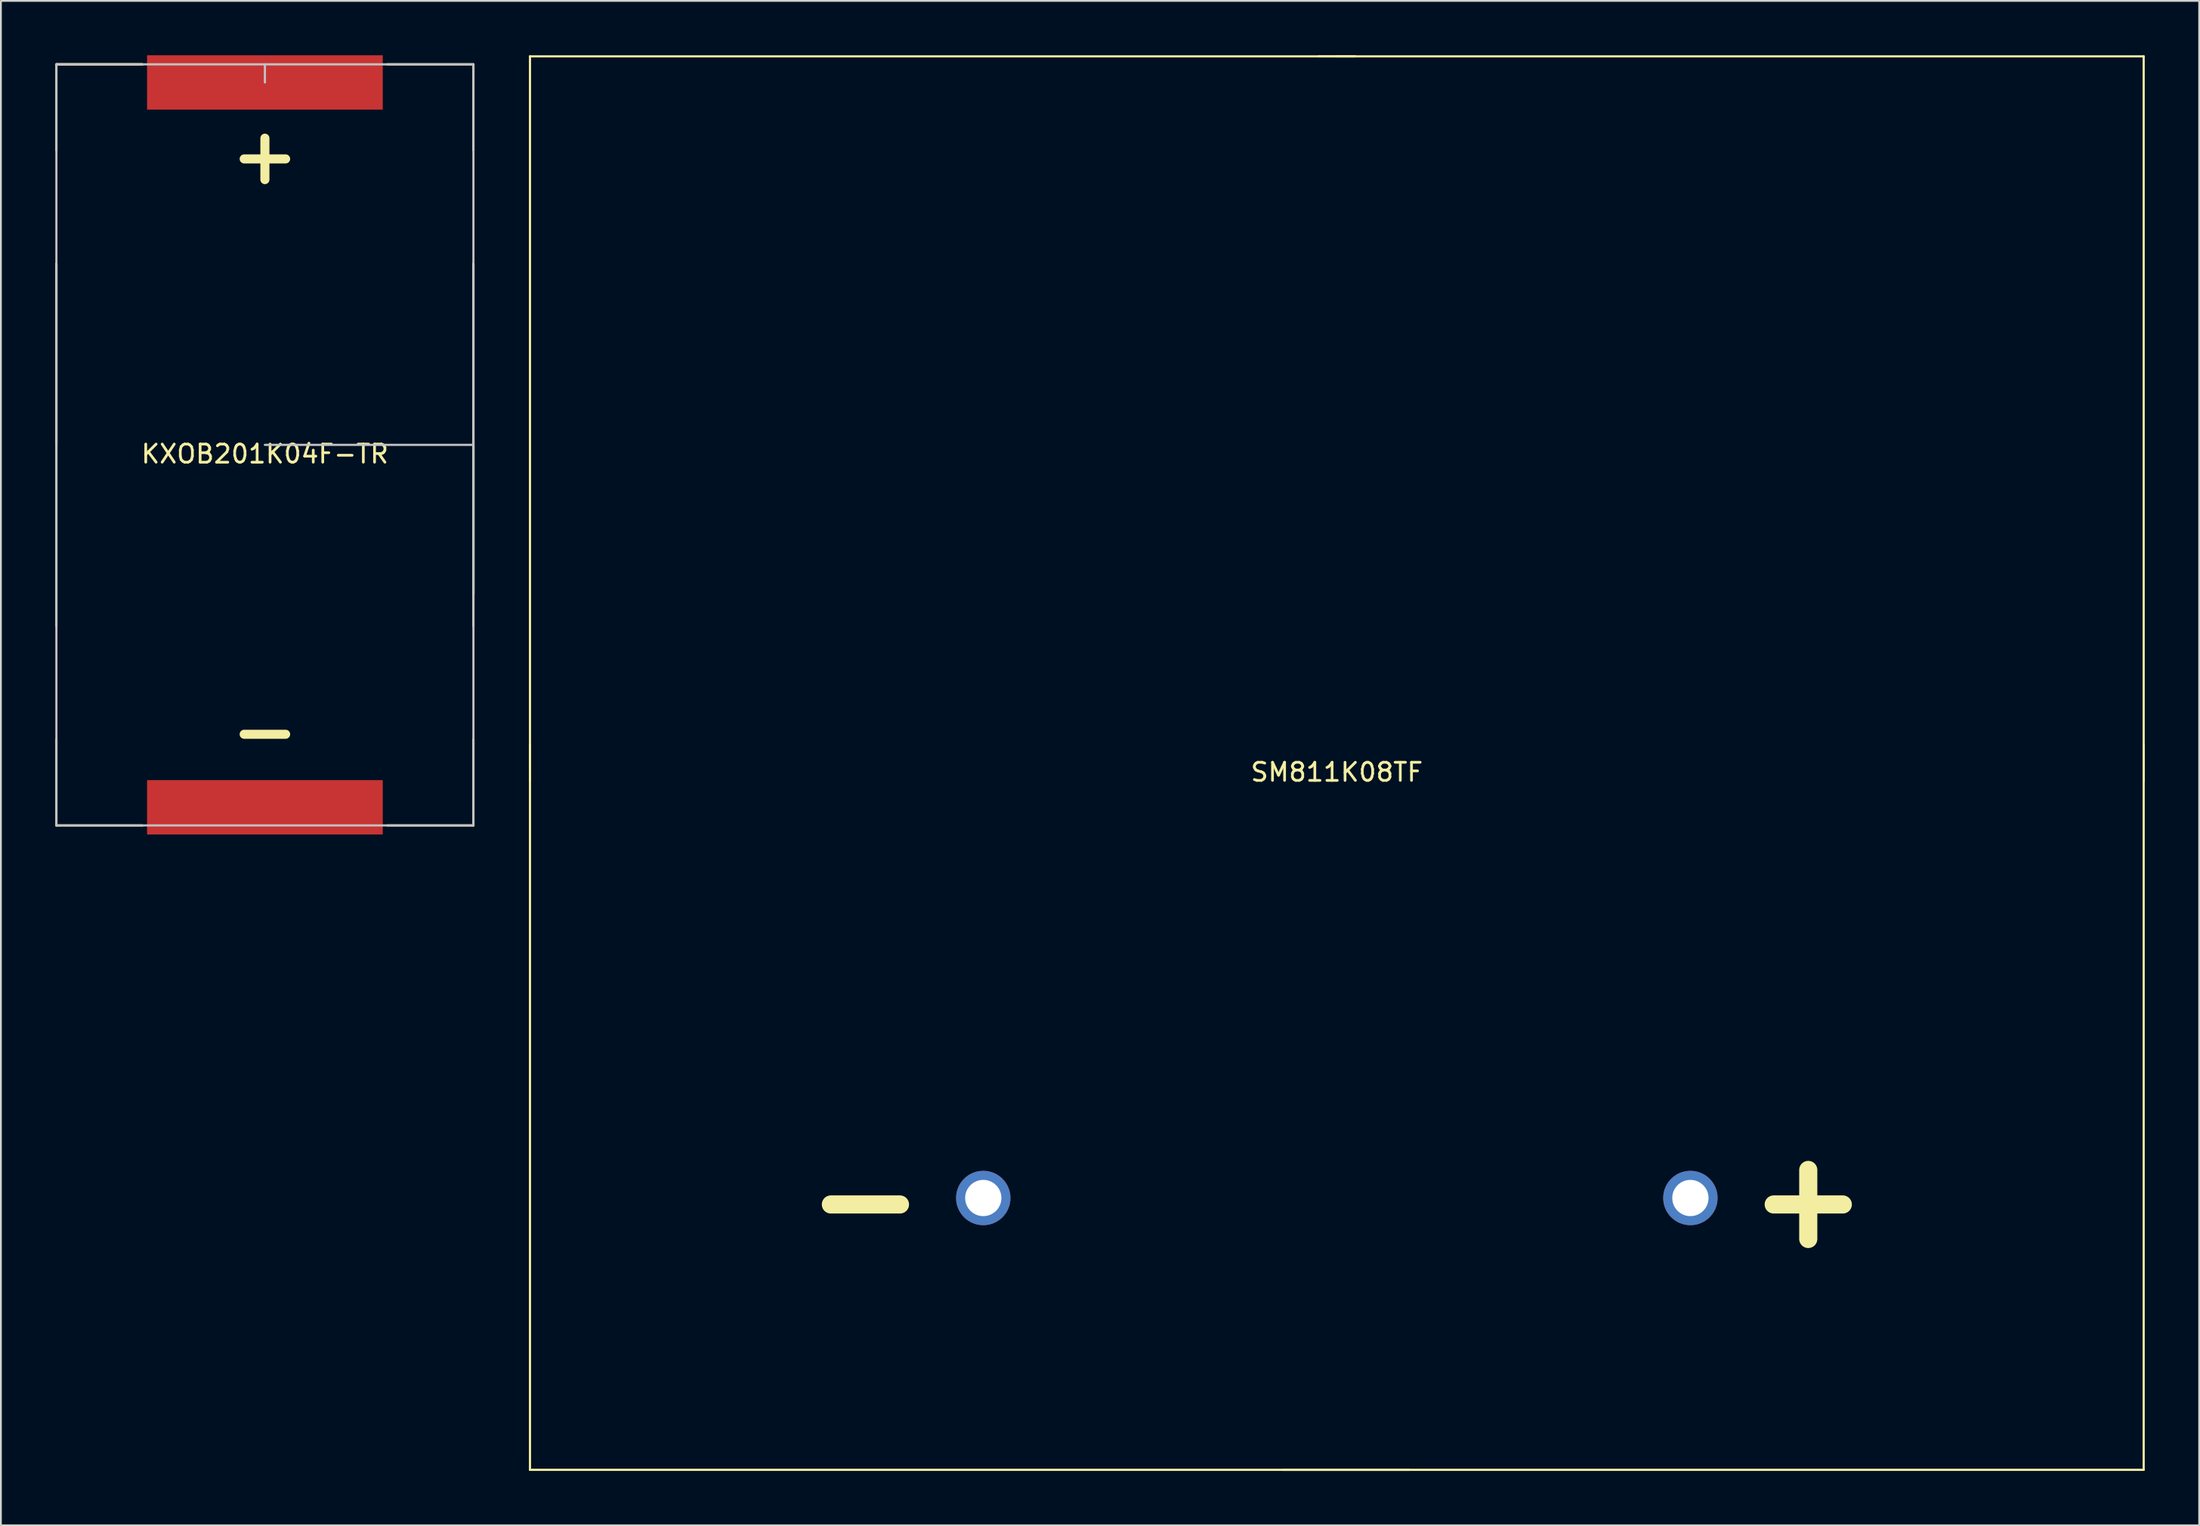
<source format=kicad_pcb>
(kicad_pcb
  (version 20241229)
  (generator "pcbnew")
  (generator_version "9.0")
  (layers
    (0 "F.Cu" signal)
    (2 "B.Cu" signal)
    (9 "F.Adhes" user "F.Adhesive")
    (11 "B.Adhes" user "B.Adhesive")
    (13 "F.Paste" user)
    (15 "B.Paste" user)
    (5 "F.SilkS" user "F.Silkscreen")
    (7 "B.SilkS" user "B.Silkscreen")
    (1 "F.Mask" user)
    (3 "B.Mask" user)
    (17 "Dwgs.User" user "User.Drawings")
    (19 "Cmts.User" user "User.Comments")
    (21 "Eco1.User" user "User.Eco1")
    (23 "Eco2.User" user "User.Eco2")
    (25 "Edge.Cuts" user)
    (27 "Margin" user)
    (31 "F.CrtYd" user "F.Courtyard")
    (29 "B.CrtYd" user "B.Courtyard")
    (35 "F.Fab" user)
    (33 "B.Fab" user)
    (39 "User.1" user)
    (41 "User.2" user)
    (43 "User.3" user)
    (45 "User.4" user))
  (footprint "SM811K08TF"
    (layer "F.Cu")
    (at 70.68 39.06)
    (property "Reference" "SM811K08TF" (at 0 0.5 0) (layer "F.SilkS") (effects (font (size 1 1) (thickness 0.15))))
    (attr through_hole)
    (fp_line (start -44.5 -1) (end -44.5 1) (stroke (width 0.12) (type solid)) (layer "F.SilkS"))
    (fp_line (start -44.5 0) (end -44.5 -39) (stroke (width 0.12) (type solid)) (layer "F.SilkS"))
    (fp_line (start -44.5 0) (end -44.5 -1) (stroke (width 0.12) (type solid)) (layer "F.SilkS"))
    (fp_line (start -44.5 0) (end -44.5 39) (stroke (width 0.12) (type solid)) (layer "F.SilkS"))
    (fp_line (start 0 -39) (end -44.5 -39) (stroke (width 0.12) (type solid)) (layer "F.SilkS"))
    (fp_line (start 0 -39) (end 1 -39) (stroke (width 0.12) (type solid)) (layer "F.SilkS"))
    (fp_line (start 0 -39) (end 44.5 -39) (stroke (width 0.12) (type solid)) (layer "F.SilkS"))
    (fp_line (start 0 39) (end -44.5 39) (stroke (width 0.12) (type solid)) (layer "F.SilkS"))
    (fp_line (start 0 39) (end 4 39) (stroke (width 0.12) (type solid)) (layer "F.SilkS"))
    (fp_line (start 1 -39) (end -1 -39) (stroke (width 0.12) (type solid)) (layer "F.SilkS"))
    (fp_line (start 4 39) (end -3 39) (stroke (width 0.12) (type solid)) (layer "F.SilkS"))
    (fp_line (start 4 39) (end 44.5 39) (stroke (width 0.12) (type solid)) (layer "F.SilkS"))
    (fp_line (start 44.5 0) (end 44.5 -39) (stroke (width 0.12) (type solid)) (layer "F.SilkS"))
    (fp_line (start 44.5 0) (end 44.5 1) (stroke (width 0.12) (type solid)) (layer "F.SilkS"))
    (fp_line (start 44.5 0) (end 44.5 39) (stroke (width 0.12) (type solid)) (layer "F.SilkS"))
    (fp_line (start 44.5 1) (end 44.5 -1) (stroke (width 0.12) (type solid)) (layer "F.SilkS"))
    (fp_text user "+" (at 26 24 0) (layer "F.SilkS") (effects (font (size 5 5) (thickness 1))))
    (fp_text user "-" (at -26 24 0) (layer "F.SilkS") (effects (font (size 5 5) (thickness 1))))
    (pad "1" thru_hole circle (at 19.5 24) (size 3 3) (drill 2) (layers "*.Cu" "*.Mask"))
    (pad "2" thru_hole circle (at -19.5 24) (size 3 3) (drill 2) (layers "*.Cu" "*.Mask")))
  (footprint "KXOB201K04F-TR"
    (layer "F.Cu")
    (at 11.56 21.5)
    (property "Reference" "KXOB201K04F-TR" (at 0 0.5 0) (layer "F.SilkS") (effects (font (size 1 1) (thickness 0.15))))
    (attr through_hole)
    (fp_line (start -11.5 -21) (end -11.5 -16.25) (stroke (width 0.12) (type solid)) (layer "F.SilkS"))
    (fp_line (start -11.5 -21) (end -6.75 -21) (stroke (width 0.12) (type solid)) (layer "F.SilkS"))
    (fp_line (start -11.5 -10) (end -11.5 10) (stroke (width 0.12) (type solid)) (layer "F.SilkS"))
    (fp_line (start -11.5 0) (end -11.5 -10) (stroke (width 0.12) (type solid)) (layer "F.SilkS"))
    (fp_line (start -11.5 21) (end -11.5 16.25) (stroke (width 0.12) (type solid)) (layer "F.SilkS"))
    (fp_line (start -11.5 21) (end -6.75 21) (stroke (width 0.12) (type solid)) (layer "F.SilkS"))
    (fp_line (start -6.75 -21) (end -11.5 -21) (stroke (width 0.12) (type solid)) (layer "F.SilkS"))
    (fp_line (start 6.75 -21) (end 11.5 -21) (stroke (width 0.12) (type solid)) (layer "F.SilkS"))
    (fp_line (start 6.75 21) (end 11.5 21) (stroke (width 0.12) (type solid)) (layer "F.SilkS"))
    (fp_line (start 11.5 -21) (end 11.5 -16.25) (stroke (width 0.12) (type solid)) (layer "F.SilkS"))
    (fp_line (start 11.5 -10) (end 11.5 8.25) (stroke (width 0.12) (type solid)) (layer "F.SilkS"))
    (fp_line (start 11.5 0) (end 11.5 -10) (stroke (width 0.12) (type solid)) (layer "F.SilkS"))
    (fp_line (start 11.5 0) (end 11.5 10) (stroke (width 0.12) (type solid)) (layer "F.SilkS"))
    (fp_line (start 11.5 8.25) (end 11.5 0) (stroke (width 0.12) (type solid)) (layer "F.SilkS"))
    (fp_line (start 11.5 21) (end 11.5 16.25) (stroke (width 0.12) (type solid)) (layer "F.SilkS"))
    (fp_line (start -11.5 -21) (end -11.5 21) (stroke (width 0.12) (type solid)) (layer "Dwgs.User"))
    (fp_line (start -11.5 21) (end 11.5 21) (stroke (width 0.12) (type solid)) (layer "Dwgs.User"))
    (fp_line (start 0 -21) (end 0 -20) (stroke (width 0.12) (type solid)) (layer "Dwgs.User"))
    (fp_line (start 0 0) (end 11.5 0) (stroke (width 0.12) (type solid)) (layer "Dwgs.User"))
    (fp_line (start 11.5 -21) (end -11.5 -21) (stroke (width 0.12) (type solid)) (layer "Dwgs.User"))
    (fp_line (start 11.5 0) (end 11.5 -21) (stroke (width 0.12) (type solid)) (layer "Dwgs.User"))
    (fp_line (start 11.5 21) (end 11.5 0) (stroke (width 0.12) (type solid)) (layer "Dwgs.User"))
    (fp_text user "+" (at 0 -16 0) (layer "F.SilkS") (effects (font (size 3 3) (thickness 0.5))))
    (fp_text user "-" (at 0 15.75 0) (layer "F.SilkS") (effects (font (size 3 3) (thickness 0.5))))
    (pad "1" smd rect (at 0 -20) (size 13 3) (layers "F.Cu" "F.Mask" "F.Paste"))
    (pad "2" smd rect (at 0 20) (size 13 3) (layers "F.Cu" "F.Mask" "F.Paste")))
  (gr_rect
    (start -3 -3)
    (end 118.24 81.12)
    (stroke (width 0.1) (type default))
    (fill no)
    (layer "Edge.Cuts")))
</source>
